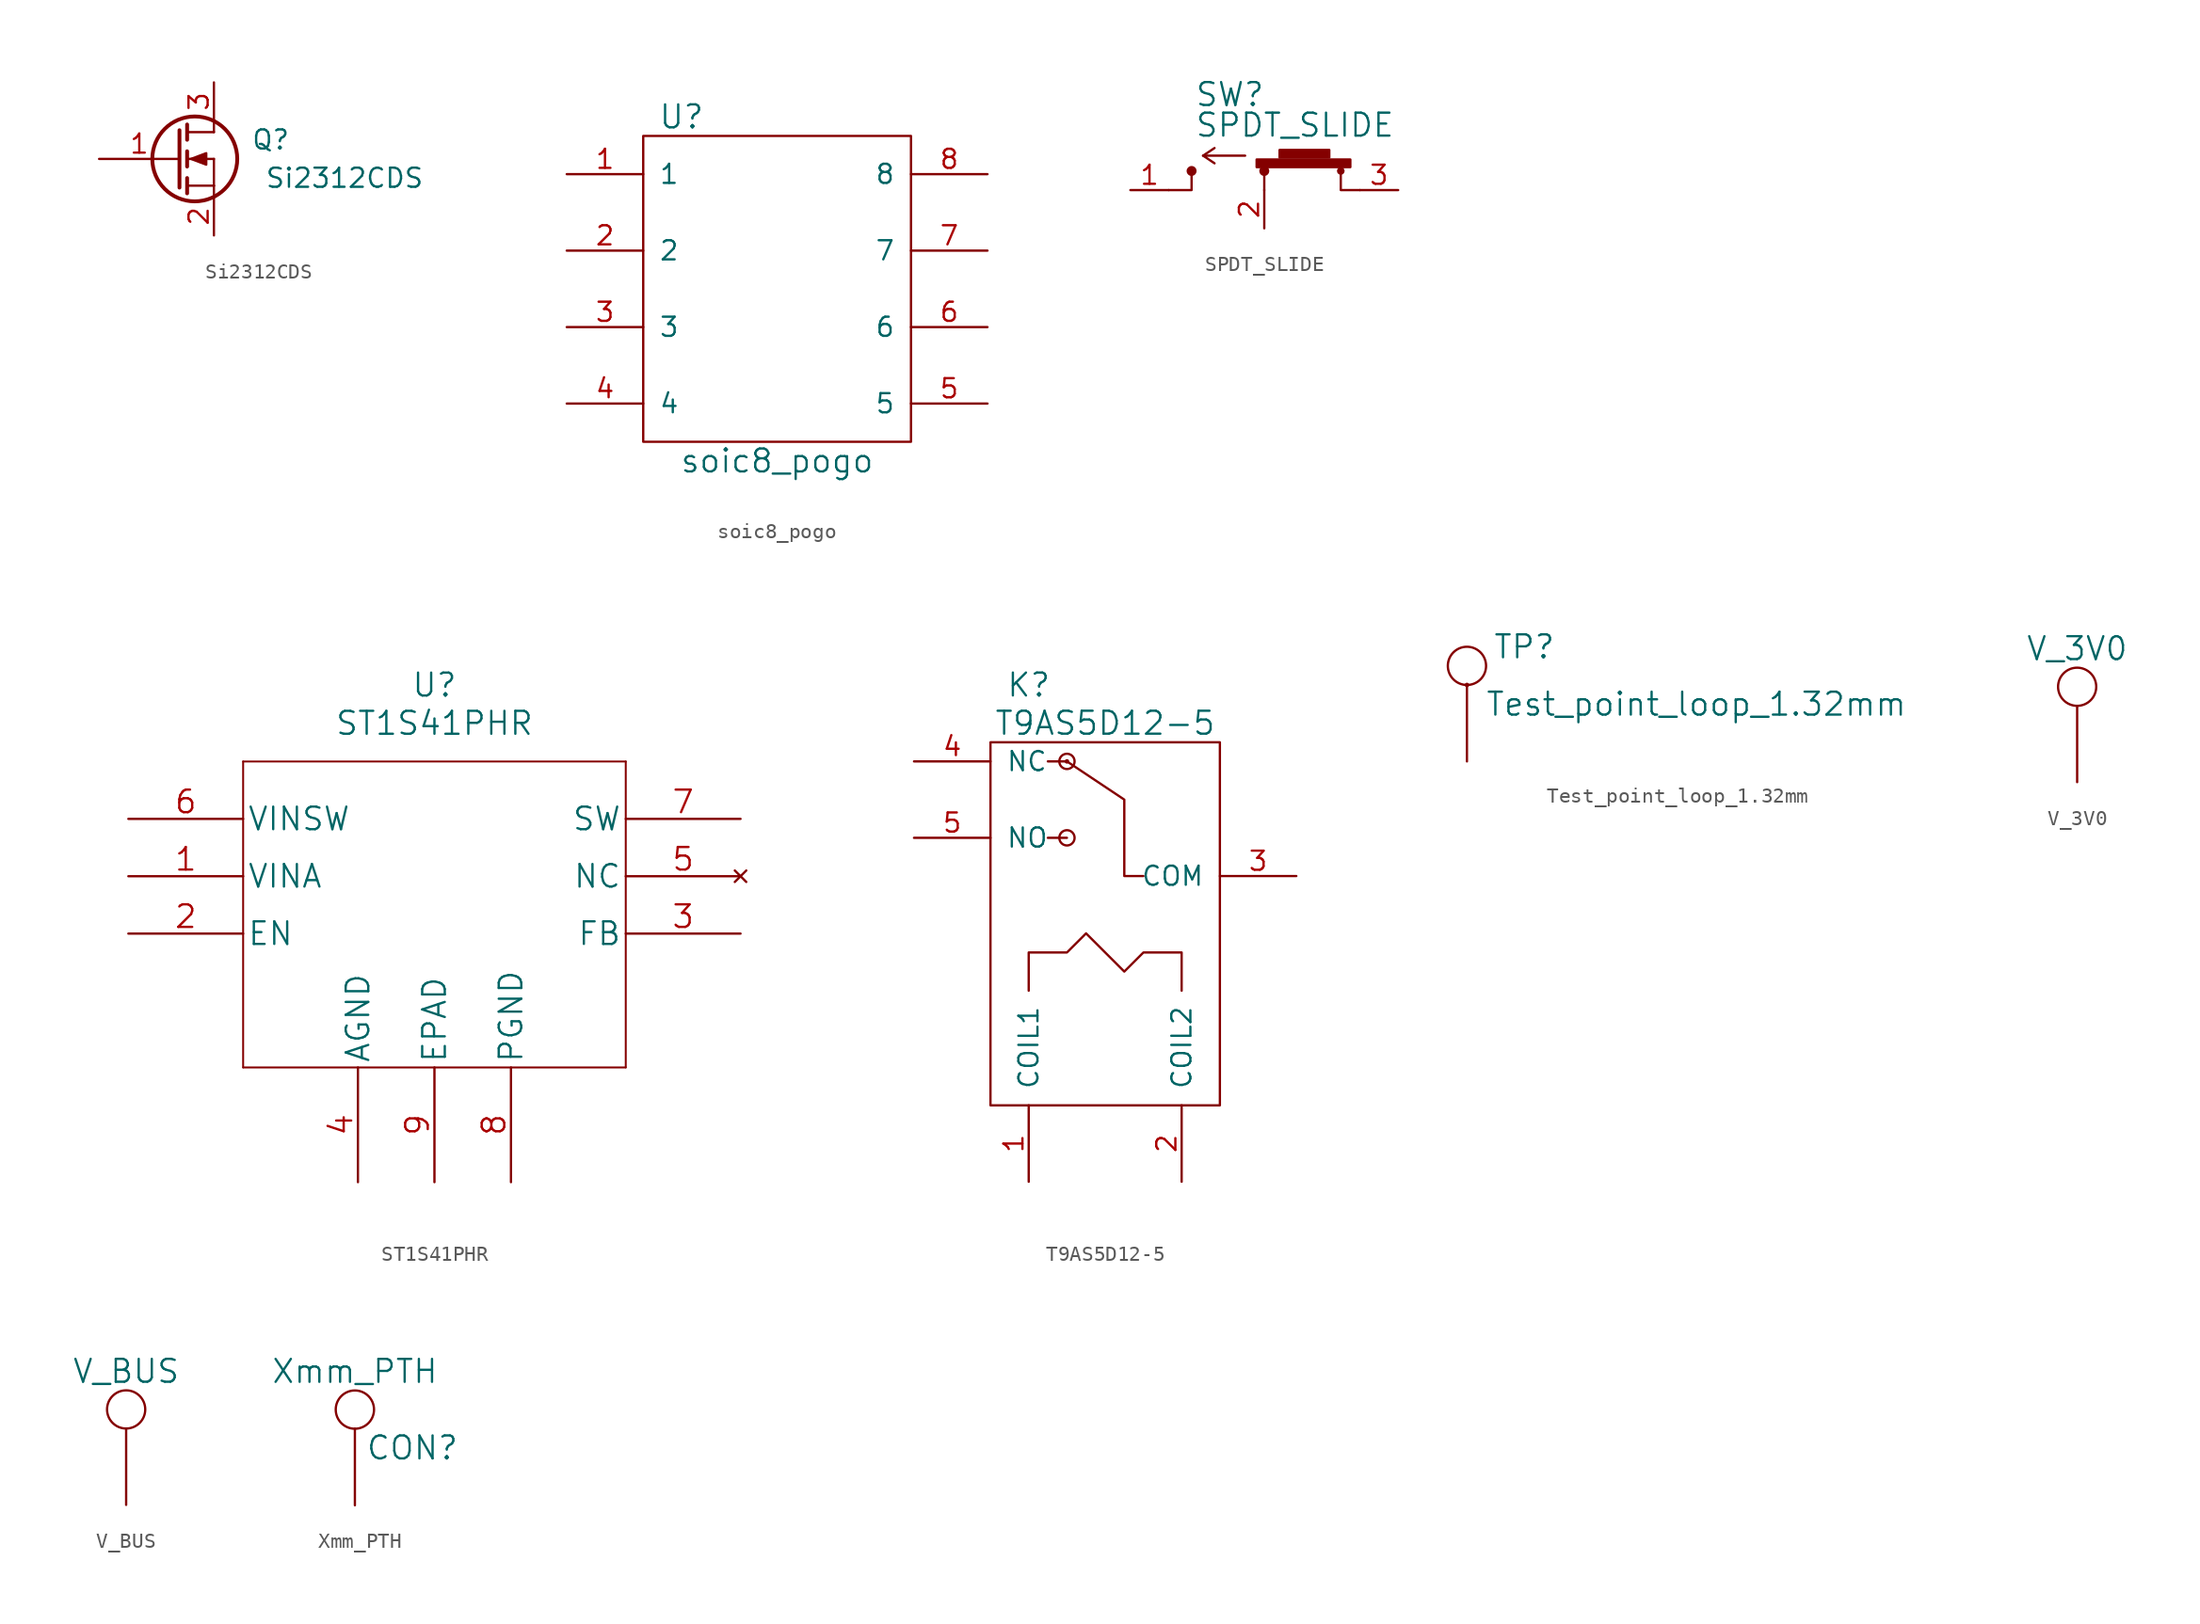
<source format=kicad_sym>
(kicad_symbol_lib
  (version 20211014)
  (generator kicad_symbol_editor)
  (symbol "Si2312CDS"
    (pin_names
      (offset 0) hide)
    (property "Reference" "Q"
      (at 7.62 1.27 0)
      (effects (font (size 1.27 1.27)) (justify right)))
    (property "Value" "Si2312CDS"
      (at 16.51 -1.27 0)
      (effects (font (size 1.27 1.27)) (justify right)))
    (symbol "Si2312CDS_0_1"
      (polyline (pts (xy 0.762 -1.778) (xy 2.54 -1.778)) (stroke (width 0) (type default) (color 0 0 0 0)) (fill (type none)))
      (polyline (pts (xy 0.762 -1.27) (xy 0.762 -2.286)) (stroke (width 0.254) (type default) (color 0 0 0 0)) (fill (type none)))
      (polyline (pts (xy 0.762 0) (xy 2.54 0)) (stroke (width 0) (type default) (color 0 0 0 0)) (fill (type none)))
      (polyline (pts (xy 0.762 0.508) (xy 0.762 -0.508)) (stroke (width 0.254) (type default) (color 0 0 0 0)) (fill (type none)))
      (polyline (pts (xy 0.762 1.778) (xy 2.54 1.778)) (stroke (width 0) (type default) (color 0 0 0 0)) (fill (type none)))
      (polyline (pts (xy 0.762 2.286) (xy 0.762 1.27)) (stroke (width 0.254) (type default) (color 0 0 0 0)) (fill (type none)))
      (polyline (pts (xy 2.54 -1.778) (xy 2.54 -2.54)) (stroke (width 0) (type default) (color 0 0 0 0)) (fill (type none)))
      (polyline (pts (xy 2.54 -1.778) (xy 2.54 0)) (stroke (width 0) (type default) (color 0 0 0 0)) (fill (type none)))
      (polyline (pts (xy 2.54 2.54) (xy 2.54 1.778)) (stroke (width 0) (type default) (color 0 0 0 0)) (fill (type none)))
      (polyline (pts (xy 0.254 1.905) (xy 0.254 -1.905) (xy 0.254 -1.905)) (stroke (width 0.254) (type default) (color 0 0 0 0)) (fill (type none)))
      (polyline (pts (xy 1.016 0) (xy 2.032 0.381) (xy 2.032 -0.381) (xy 1.016 0)) (stroke (width 0) (type default) (color 0 0 0 0)) (fill (type outline)))
      (circle (center 1.27 0) (radius 2.819) (stroke (width 0.254) (type default) (color 0 0 0 0)) (fill (type none))))
    (symbol "Si2312CDS_1_1"
      (pin input line (at -5.08 0 0) (length 5.334) (name "G" (effects (font (size 1.27 1.27)))) (number "1" (effects (font (size 1.27 1.27)))))
      (pin passive line (at 2.54 -5.08 90) (length 2.54) (name "S" (effects (font (size 1.27 1.27)))) (number "2" (effects (font (size 1.27 1.27)))))
      (pin passive line (at 2.54 5.08 270) (length 2.54) (name "D" (effects (font (size 1.27 1.27)))) (number "3" (effects (font (size 1.27 1.27)))))))
  (symbol "soic8_pogo"
    (pin_names
      (offset 1.016))
    (property "Reference" "U"
      (at -6.35 11.43 0)
      (effects (font (size 1.524 1.524))))
    (property "Value" "soic8_pogo"
      (at 0 -11.43 0)
      (effects (font (size 1.524 1.524))))
    (symbol "soic8_pogo_0_1"
      (rectangle (start -8.89 10.16) (end 8.89 -10.16) (stroke (width 0) (type default) (color 0 0 0 0)) (fill (type none))))
    (symbol "soic8_pogo_1_1"
      (pin bidirectional line (at -13.97 7.62 0) (length 5.08) (name "1" (effects (font (size 1.27 1.27)))) (number "1" (effects (font (size 1.27 1.27)))))
      (pin bidirectional line (at -13.97 2.54 0) (length 5.08) (name "2" (effects (font (size 1.27 1.27)))) (number "2" (effects (font (size 1.27 1.27)))))
      (pin bidirectional line (at -13.97 -2.54 0) (length 5.08) (name "3" (effects (font (size 1.27 1.27)))) (number "3" (effects (font (size 1.27 1.27)))))
      (pin bidirectional line (at -13.97 -7.62 0) (length 5.08) (name "4" (effects (font (size 1.27 1.27)))) (number "4" (effects (font (size 1.27 1.27)))))
      (pin bidirectional line (at 13.97 -7.62 180) (length 5.08) (name "5" (effects (font (size 1.27 1.27)))) (number "5" (effects (font (size 1.27 1.27)))))
      (pin bidirectional line (at 13.97 -2.54 180) (length 5.08) (name "6" (effects (font (size 1.27 1.27)))) (number "6" (effects (font (size 1.27 1.27)))))
      (pin bidirectional line (at 13.97 2.54 180) (length 5.08) (name "7" (effects (font (size 1.27 1.27)))) (number "7" (effects (font (size 1.27 1.27)))))
      (pin bidirectional line (at 13.97 7.62 180) (length 5.08) (name "8" (effects (font (size 1.27 1.27)))) (number "8" (effects (font (size 1.27 1.27)))))))
  (symbol "SPDT_SLIDE"
    (pin_names
      (offset 1.016))
    (property "Reference" "SW"
      (at -2.286 6.35 0)
      (effects (font (size 1.524 1.524))))
    (property "Value" "SPDT_SLIDE"
      (at 2.032 4.318 0)
      (effects (font (size 1.524 1.524))))
    (symbol "SPDT_SLIDE_0_1"
      (circle (center -4.826 1.27) (radius 0.254) (stroke (width 0) (type default) (color 0 0 0 0)) (fill (type outline)))
      (rectangle (start -0.508 2.032) (end 5.715 1.524) (stroke (width 0) (type default) (color 0 0 0 0)) (fill (type outline)))
      (polyline (pts (xy -4.064 2.286) (xy -3.302 2.794)) (stroke (width 0) (type default) (color 0 0 0 0)) (fill (type none)))
      (polyline (pts (xy 0 0) (xy 0 1.016)) (stroke (width 0) (type default) (color 0 0 0 0)) (fill (type none)))
      (polyline (pts (xy -6.35 0) (xy -4.826 0) (xy -4.826 1.016)) (stroke (width 0) (type default) (color 0 0 0 0)) (fill (type none)))
      (polyline (pts (xy -1.27 2.286) (xy -4.064 2.286) (xy -3.302 1.778)) (stroke (width 0) (type default) (color 0 0 0 0)) (fill (type none)))
      (polyline (pts (xy 6.35 0) (xy 5.08 0) (xy 5.08 1.27)) (stroke (width 0) (type default) (color 0 0 0 0)) (fill (type none)))
      (circle (center 0 1.27) (radius 0.254) (stroke (width 0) (type default) (color 0 0 0 0)) (fill (type outline)))
      (rectangle (start 1.016 2.667) (end 4.318 2.159) (stroke (width 0) (type default) (color 0 0 0 0)) (fill (type outline)))
      (circle (center 5.08 1.27) (radius 0.178) (stroke (width 0) (type default) (color 0 0 0 0)) (fill (type outline))))
    (symbol "SPDT_SLIDE_1_1"
      (pin passive line (at -8.89 0 0) (length 2.54) (name "~" (effects (font (size 1.27 1.27)))) (number "1" (effects (font (size 1.27 1.27)))))
      (pin passive line (at 0 -2.54 90) (length 2.54) (name "~" (effects (font (size 1.27 1.27)))) (number "2" (effects (font (size 1.27 1.27)))))
      (pin passive line (at 8.89 0 180) (length 2.54) (name "~" (effects (font (size 1.27 1.27)))) (number "3" (effects (font (size 1.27 1.27)))))))
  (symbol "ST1S41PHR"
    (pin_names
      (offset 0.254))
    (property "Reference" "U"
      (at 20.32 10.16 0)
      (effects (font (size 1.524 1.524))))
    (property "Value" "ST1S41PHR"
      (at 20.32 7.62 0)
      (effects (font (size 1.524 1.524))))
    (property "Datasheet" ""
      (at 0 0 0)
      (effects (font (size 1.524 1.524))))
    (property "ki_locked" ""
      (at 0 0 0)
      (effects (font (size 1.27 1.27))))
    (symbol "ST1S41PHR_1_1"
      (polyline (pts (xy 7.62 -15.24) (xy 33.02 -15.24)) (stroke (width 0.127) (type default) (color 0 0 0 0)) (fill (type none)))
      (polyline (pts (xy 7.62 5.08) (xy 7.62 -15.24)) (stroke (width 0.127) (type default) (color 0 0 0 0)) (fill (type none)))
      (polyline (pts (xy 33.02 -15.24) (xy 33.02 5.08)) (stroke (width 0.127) (type default) (color 0 0 0 0)) (fill (type none)))
      (polyline (pts (xy 33.02 5.08) (xy 7.62 5.08)) (stroke (width 0.127) (type default) (color 0 0 0 0)) (fill (type none)))
      (pin power_in line (at 0 -2.54 0) (length 7.62) (name "VINA" (effects (font (size 1.499 1.499)))) (number "1" (effects (font (size 1.499 1.499)))))
      (pin input line (at 0 -6.35 0) (length 7.62) (name "EN" (effects (font (size 1.499 1.499)))) (number "2" (effects (font (size 1.499 1.499)))))
      (pin input line (at 40.64 -6.35 180) (length 7.62) (name "FB" (effects (font (size 1.499 1.499)))) (number "3" (effects (font (size 1.499 1.499)))))
      (pin power_in line (at 15.24 -22.86 90) (length 7.62) (name "AGND" (effects (font (size 1.499 1.499)))) (number "4" (effects (font (size 1.499 1.499)))))
      (pin no_connect line (at 40.64 -2.54 180) (length 7.62) (name "NC" (effects (font (size 1.499 1.499)))) (number "5" (effects (font (size 1.499 1.499)))))
      (pin power_in line (at 0 1.27 0) (length 7.62) (name "VINSW" (effects (font (size 1.499 1.499)))) (number "6" (effects (font (size 1.499 1.499)))))
      (pin power_out line (at 40.64 1.27 180) (length 7.62) (name "SW" (effects (font (size 1.499 1.499)))) (number "7" (effects (font (size 1.499 1.499)))))
      (pin power_in line (at 25.4 -22.86 90) (length 7.62) (name "PGND" (effects (font (size 1.499 1.499)))) (number "8" (effects (font (size 1.499 1.499)))))
      (pin power_in line (at 20.32 -22.86 90) (length 7.62) (name "EPAD" (effects (font (size 1.499 1.499)))) (number "9" (effects (font (size 1.499 1.499)))))))
  (symbol "T9AS5D12-5"
    (pin_names
      (offset 1.016))
    (property "Reference" "K"
      (at -5.08 17.78 0)
      (effects (font (size 1.524 1.524))))
    (property "Value" "T9AS5D12-5"
      (at 0 15.24 0)
      (effects (font (size 1.524 1.524))))
    (symbol "T9AS5D12-5_0_1"
      (rectangle (start -7.62 13.97) (end 7.62 -10.16) (stroke (width 0) (type default) (color 0 0 0 0)) (fill (type none)))
      (circle (center -2.54 7.62) (radius 0.508) (stroke (width 0) (type default) (color 0 0 0 0)) (fill (type none)))
      (circle (center -2.54 12.7) (radius 0.0001) (stroke (width 0) (type default) (color 0 0 0 0)) (fill (type none)))
      (circle (center -2.54 12.7) (radius 0.508) (stroke (width 0) (type default) (color 0 0 0 0)) (fill (type none)))
      (polyline (pts (xy -3.81 7.62) (xy -2.54 7.62)) (stroke (width 0) (type default) (color 0 0 0 0)) (fill (type none)))
      (polyline (pts (xy 2.54 5.08) (xy 1.27 5.08) (xy 1.27 10.16) (xy -2.54 12.7) (xy -3.81 12.7)) (stroke (width 0) (type default) (color 0 0 0 0)) (fill (type none)))
      (polyline (pts (xy -5.08 -2.54) (xy -5.08 0) (xy -2.54 0) (xy -1.27 1.27) (xy 1.27 -1.27) (xy 2.54 0) (xy 5.08 0) (xy 5.08 -2.54)) (stroke (width 0) (type default) (color 0 0 0 0)) (fill (type none))))
    (symbol "T9AS5D12-5_1_1"
      (pin passive line (at -5.08 -15.24 90) (length 5.08) (name "COIL1" (effects (font (size 1.27 1.27)))) (number "1" (effects (font (size 1.27 1.27)))))
      (pin passive line (at 5.08 -15.24 90) (length 5.08) (name "COIL2" (effects (font (size 1.27 1.27)))) (number "2" (effects (font (size 1.27 1.27)))))
      (pin passive line (at 12.7 5.08 180) (length 5.08) (name "COM" (effects (font (size 1.27 1.27)))) (number "3" (effects (font (size 1.27 1.27)))))
      (pin passive line (at -12.7 12.7 0) (length 5.08) (name "NC" (effects (font (size 1.27 1.27)))) (number "4" (effects (font (size 1.27 1.27)))))
      (pin passive line (at -12.7 7.62 0) (length 5.08) (name "NO" (effects (font (size 1.27 1.27)))) (number "5" (effects (font (size 1.27 1.27)))))))
  (symbol "Test_point_loop_1.32mm"
    (pin_numbers hide)
    (pin_names
      (offset 1.016) hide)
    (property "Reference" "TP"
      (at 3.81 7.62 0)
      (effects (font (size 1.524 1.524))))
    (property "Value" "Test_point_loop_1.32mm"
      (at 15.24 3.81 0)
      (effects (font (size 1.524 1.524))))
    (symbol "Test_point_loop_1.32mm_0_1"
      (circle (center 0 5.08) (radius 0.0001) (stroke (width 0) (type default) (color 0 0 0 0)) (fill (type none)))
      (circle (center 0 6.35) (radius 1.27) (stroke (width 0) (type default) (color 0 0 0 0)) (fill (type none))))
    (symbol "Test_point_loop_1.32mm_1_1"
      (pin passive line (at 0 0 90) (length 5.08) (name "1" (effects (font (size 1.27 1.27)))) (number "1" (effects (font (size 1.27 1.27)))))))
  (symbol "V_3V0"
    (power)
    (pin_numbers hide)
    (pin_names
      (offset 1.016) hide)
    (property "Reference" "PWR"
      (at 0 5.08 0)
      (effects (font (size 1.524 1.524)) hide))
    (property "Value" "V_3V0"
      (at 0 2.54 0)
      (effects (font (size 1.524 1.524))))
    (property "Footprint" ""
      (at 0 0 0)
      (effects (font (size 1.524 1.524))))
    (property "Datasheet" ""
      (at 0 0 0)
      (effects (font (size 1.524 1.524))))
    (symbol "V_3V0_0_1"
      (circle (center 0 0) (radius 1.27) (stroke (width 0) (type default) (color 0 0 0 0)) (fill (type none))))
    (symbol "V_3V0_1_1"
      (pin passive line (at 0 -6.35 90) (length 5.08) (name "1" (effects (font (size 1.27 1.27)))) (number "1" (effects (font (size 1.27 1.27)))))))
  (symbol "V_BUS"
    (power)
    (pin_numbers hide)
    (pin_names
      (offset 1.016) hide)
    (property "Reference" "PWR"
      (at 0 5.08 0)
      (effects (font (size 1.524 1.524)) hide))
    (property "Value" "V_BUS"
      (at 0 2.54 0)
      (effects (font (size 1.524 1.524))))
    (property "Footprint" ""
      (at 0 0 0)
      (effects (font (size 1.524 1.524))))
    (property "Datasheet" ""
      (at 0 0 0)
      (effects (font (size 1.524 1.524))))
    (symbol "V_BUS_0_1"
      (circle (center 0 0) (radius 1.27) (stroke (width 0) (type default) (color 0 0 0 0)) (fill (type none))))
    (symbol "V_BUS_1_1"
      (pin passive line (at 0 -6.35 90) (length 5.08) (name "1" (effects (font (size 1.27 1.27)))) (number "1" (effects (font (size 1.27 1.27)))))))
  (symbol "Xmm_PTH"
    (pin_numbers hide)
    (pin_names
      (offset 1.016) hide)
    (property "Reference" "CON"
      (at 3.81 -2.54 0)
      (effects (font (size 1.524 1.524))))
    (property "Value" "Xmm_PTH"
      (at 0 2.54 0)
      (effects (font (size 1.524 1.524))))
    (property "Footprint" ""
      (at 0 0 0)
      (effects (font (size 1.524 1.524))))
    (property "Datasheet" ""
      (at 0 0 0)
      (effects (font (size 1.524 1.524))))
    (symbol "Xmm_PTH_0_1"
      (circle (center 0 0) (radius 1.27) (stroke (width 0) (type default) (color 0 0 0 0)) (fill (type none))))
    (symbol "Xmm_PTH_1_1"
      (pin passive line (at 0 -6.35 90) (length 5.08) (name "1" (effects (font (size 1.27 1.27)))) (number "1" (effects (font (size 1.27 1.27))))))))
</source>
